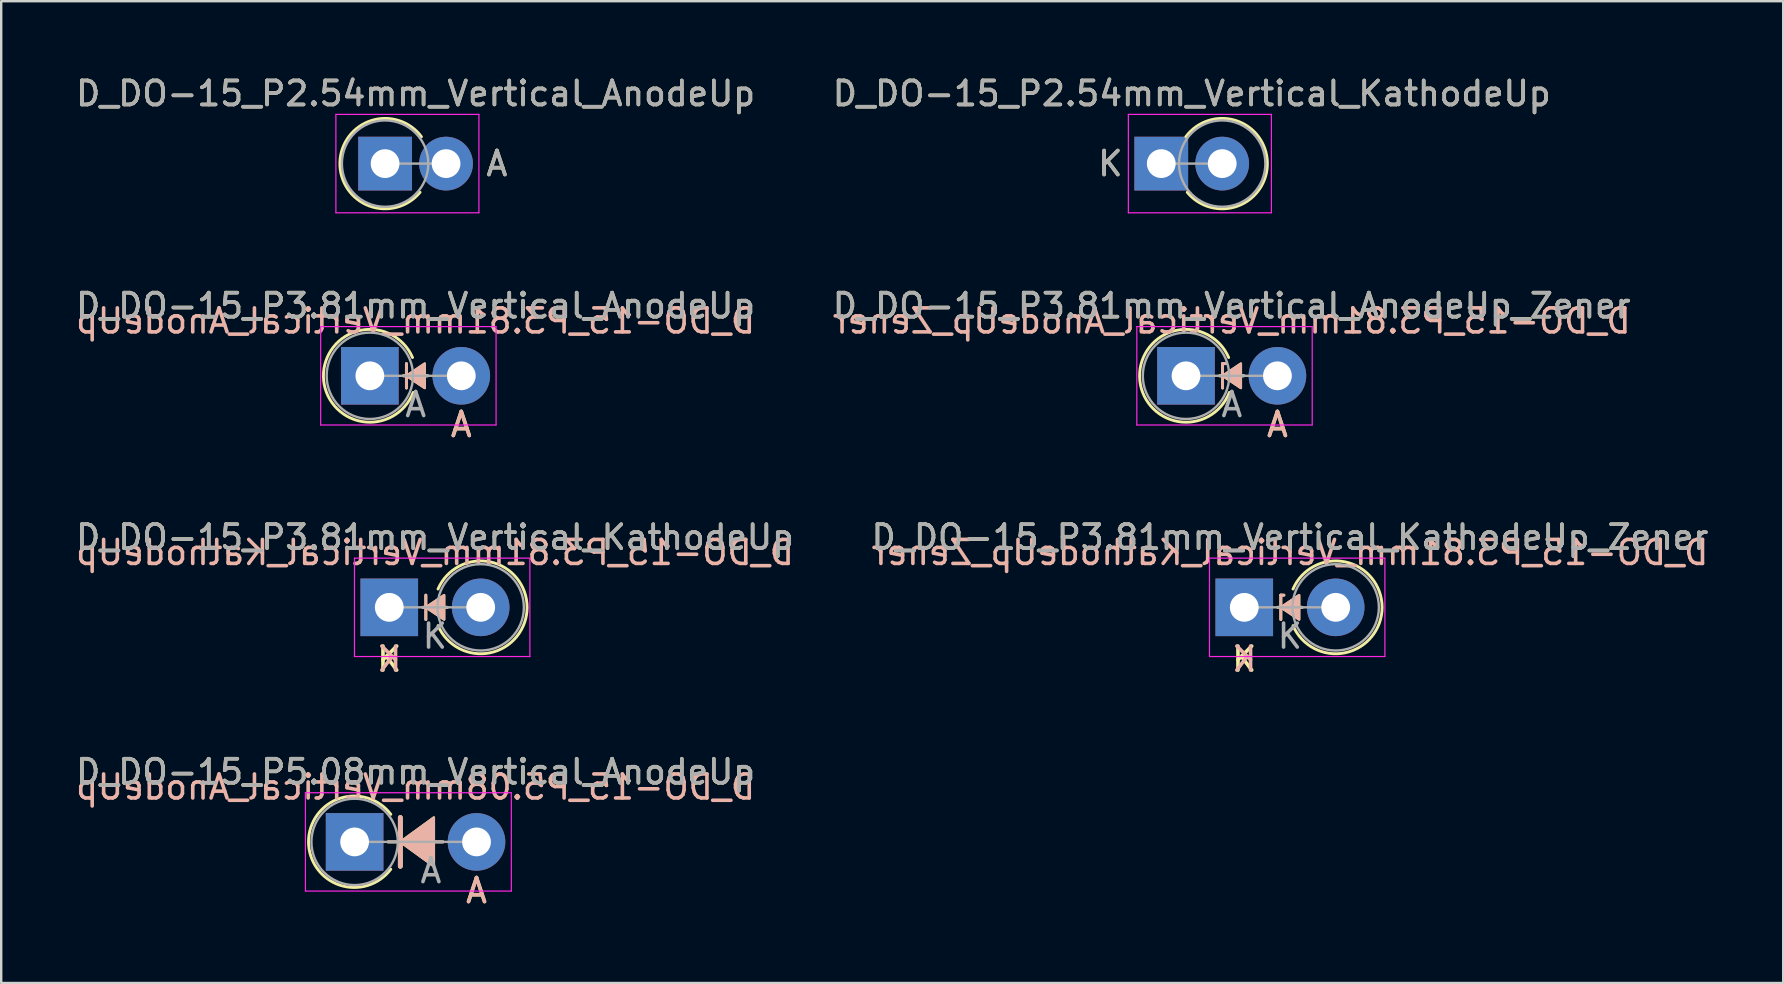
<source format=kicad_pcb>
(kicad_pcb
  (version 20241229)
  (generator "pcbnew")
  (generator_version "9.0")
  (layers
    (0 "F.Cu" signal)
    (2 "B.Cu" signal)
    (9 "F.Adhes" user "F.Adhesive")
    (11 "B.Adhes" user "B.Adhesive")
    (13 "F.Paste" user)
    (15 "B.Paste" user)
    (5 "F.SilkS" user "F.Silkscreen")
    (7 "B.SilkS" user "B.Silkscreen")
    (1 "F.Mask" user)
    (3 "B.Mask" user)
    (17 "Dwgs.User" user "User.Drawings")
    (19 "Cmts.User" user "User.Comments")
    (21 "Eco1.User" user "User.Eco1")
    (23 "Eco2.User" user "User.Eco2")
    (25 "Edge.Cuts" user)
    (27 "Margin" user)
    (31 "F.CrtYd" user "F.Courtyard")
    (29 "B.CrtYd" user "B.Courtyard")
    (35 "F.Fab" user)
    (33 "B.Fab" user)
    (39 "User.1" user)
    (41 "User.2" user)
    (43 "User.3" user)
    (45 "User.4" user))
  (footprint "D_DO-15_P5.08mm_Vertical_AnodeUp"
    (layer "F.Cu")
    (at 11.728 32.035)
    (property "Reference" "D_DO-15_P5.08mm_Vertical_AnodeUp" (at 2.54 -2.92 0) (layer "F.SilkS") (effects (font (size 1 1) (thickness 0.15))))
    (fp_line (start 1.397 0) (end 2.413 0) (stroke (width 0.12) (type solid)) (layer "F.SilkS"))
    (fp_line (start 1.905 -1.016) (end 1.905 1.016) (stroke (width 0.2) (type solid)) (layer "F.SilkS"))
    (fp_line (start 1.92 0) (end 3.683 0) (stroke (width 0.12) (type solid)) (layer "F.SilkS"))
    (fp_arc (start 1.506315 1.139497) (mid -1.921017 -0.00711) (end 1.507982 -1.148722) (stroke (width 0.12) (type solid)) (layer "F.SilkS"))
    (fp_poly (pts (xy 3.302 1.016) (xy 1.905 0) (xy 3.302 -1.016)) (stroke (width 0.1) (type solid)) (fill yes) (layer "F.SilkS"))
    (fp_line (start 1.397 0) (end 2.413 0) (stroke (width 0.12) (type solid)) (layer "B.SilkS"))
    (fp_line (start 1.905 1.016) (end 1.905 -1.016) (stroke (width 0.2) (type solid)) (layer "B.SilkS"))
    (fp_line (start 1.92 0) (end 3.683 0) (stroke (width 0.12) (type solid)) (layer "B.SilkS"))
    (fp_poly (pts (xy 3.302 -1.016) (xy 1.905 0) (xy 3.302 1.016)) (stroke (width 0.1) (type solid)) (fill yes) (layer "B.SilkS"))
    (fp_line (start -2.05 -2.05) (end -2.05 2.05) (stroke (width 0.05) (type solid)) (layer "F.CrtYd"))
    (fp_line (start -2.05 2.05) (end 6.53 2.05) (stroke (width 0.05) (type solid)) (layer "F.CrtYd"))
    (fp_line (start 6.53 -2.05) (end -2.05 -2.05) (stroke (width 0.05) (type solid)) (layer "F.CrtYd"))
    (fp_line (start 6.53 2.05) (end 6.53 -2.05) (stroke (width 0.05) (type solid)) (layer "F.CrtYd"))
    (fp_line (start 0 0) (end 5.08 0) (stroke (width 0.1) (type solid)) (layer "F.Fab"))
    (fp_circle (center 0 0) (end 1.8 0) (stroke (width 0.1) (type solid)) (fill no) (layer "F.Fab"))
    (fp_text user "A" (at 5.08 2.032 0) (layer "F.SilkS") (effects (font (size 1 1) (thickness 0.15))))
    (fp_text user "${REFERENCE}" (at 2.54 -2.286 0) (layer "B.SilkS") (effects (font (size 1 1) (thickness 0.15)) (justify mirror)))
    (fp_text user "A" (at 5.08 2.032 0) (layer "B.SilkS") (effects (font (size 1 1) (thickness 0.15)) (justify mirror)))
    (fp_text user "A" (at 3.18 1.2 0) (layer "F.Fab") (effects (font (size 1 1) (thickness 0.15))))
    (fp_text user "${REFERENCE}" (at 2.54 -2.92 0) (layer "F.Fab") (effects (font (size 1 1) (thickness 0.15))))
    (pad "1" thru_hole rect (at 0 0) (size 2.4 2.4) (drill 1.2) (layers "*.Cu" "*.Mask"))
    (pad "2" thru_hole oval (at 5.08 0) (size 2.4 2.4) (drill 1.2) (layers "*.Cu" "*.Mask")))
  (footprint "D_DO-15_P3.81mm_Vertical_AnodeUp"
    (layer "F.Cu")
    (at 12.363 12.611)
    (property "Reference" "D_DO-15_P3.81mm_Vertical_AnodeUp" (at 1.905 -2.92 0) (layer "F.SilkS") (effects (font (size 1 1) (thickness 0.15))))
    (fp_line (start 1.397 0) (end 2.413 0) (stroke (width 0.12) (type solid)) (layer "F.SilkS"))
    (fp_line (start 1.524 0.508) (end 1.524 -0.508) (stroke (width 0.12) (type solid)) (layer "F.SilkS"))
    (fp_arc (start 1.806184 0.692547) (mid -1.934042 0.037477) (end 1.777999 -0.761999) (stroke (width 0.12) (type solid)) (layer "F.SilkS"))
    (fp_poly (pts (xy 2.286 0.508) (xy 1.524 0) (xy 2.286 -0.508)) (stroke (width 0.1) (type solid)) (fill yes) (layer "F.SilkS"))
    (fp_line (start 1.397 0) (end 2.413 0) (stroke (width 0.12) (type solid)) (layer "B.SilkS"))
    (fp_line (start 1.524 -0.508) (end 1.524 0.508) (stroke (width 0.12) (type solid)) (layer "B.SilkS"))
    (fp_poly (pts (xy 2.286 -0.508) (xy 1.524 0) (xy 2.286 0.508)) (stroke (width 0.1) (type solid)) (fill yes) (layer "B.SilkS"))
    (fp_line (start -2.05 -2.05) (end -2.05 2.05) (stroke (width 0.05) (type solid)) (layer "F.CrtYd"))
    (fp_line (start -2.05 2.05) (end 5.26 2.05) (stroke (width 0.05) (type solid)) (layer "F.CrtYd"))
    (fp_line (start 5.26 -2.05) (end -2.05 -2.05) (stroke (width 0.05) (type solid)) (layer "F.CrtYd"))
    (fp_line (start 5.26 2.05) (end 5.26 -2.05) (stroke (width 0.05) (type solid)) (layer "F.CrtYd"))
    (fp_line (start 0 0) (end 3.81 0) (stroke (width 0.1) (type solid)) (layer "F.Fab"))
    (fp_circle (center 0 0) (end 1.8 0) (stroke (width 0.1) (type solid)) (fill no) (layer "F.Fab"))
    (fp_text user "A" (at 3.81 2.032 0) (layer "F.SilkS") (effects (font (size 1 1) (thickness 0.15))))
    (fp_text user "${REFERENCE}" (at 1.905 -2.286 0) (layer "B.SilkS") (effects (font (size 1 1) (thickness 0.15)) (justify mirror)))
    (fp_text user "A" (at 3.81 2.032 0) (layer "B.SilkS") (effects (font (size 1 1) (thickness 0.15)) (justify mirror)))
    (fp_text user "A" (at 1.91 1.2 0) (layer "F.Fab") (effects (font (size 1 1) (thickness 0.15))))
    (fp_text user "${REFERENCE}" (at 1.905 -2.92 0) (layer "F.Fab") (effects (font (size 1 1) (thickness 0.15))))
    (pad "1" thru_hole rect (at 0 0) (size 2.4 2.4) (drill 1.2) (layers "*.Cu" "*.Mask"))
    (pad "2" thru_hole oval (at 3.81 0) (size 2.4 2.4) (drill 1.2) (layers "*.Cu" "*.Mask")))
  (footprint "D_DO-15_P3.81mm_Vertical_KathodeUp_Zener"
    (layer "F.Cu")
    (at 48.803 22.26)
    (property "Reference" "D_DO-15_P3.81mm_Vertical_KathodeUp_Zener" (at 1.905 -2.92 0) (layer "F.SilkS") (effects (font (size 1 1) (thickness 0.15))))
    (fp_line (start 1.397 0) (end 2.413 0) (stroke (width 0.12) (type solid)) (layer "F.SilkS"))
    (fp_line (start 1.524 -0.508) (end 1.651 -0.508) (stroke (width 0.12) (type solid)) (layer "F.SilkS"))
    (fp_line (start 1.524 0.508) (end 1.524 -0.508) (stroke (width 0.12) (type solid)) (layer "F.SilkS"))
    (fp_arc (start 2.032001 -0.762) (mid 5.744404 0.000002) (end 2.032 0.762) (stroke (width 0.12) (type solid)) (layer "F.SilkS"))
    (fp_poly (pts (xy 2.286 0.508) (xy 1.524 0) (xy 2.286 -0.508)) (stroke (width 0.1) (type solid)) (fill yes) (layer "F.SilkS"))
    (fp_line (start 1.397 0) (end 2.413 0) (stroke (width 0.12) (type solid)) (layer "B.SilkS"))
    (fp_line (start 1.524 -0.508) (end 1.524 0.508) (stroke (width 0.12) (type solid)) (layer "B.SilkS"))
    (fp_line (start 1.524 -0.508) (end 1.651 -0.508) (stroke (width 0.12) (type solid)) (layer "B.SilkS"))
    (fp_poly (pts (xy 2.286 -0.508) (xy 1.524 0) (xy 2.286 0.508)) (stroke (width 0.1) (type solid)) (fill yes) (layer "B.SilkS"))
    (fp_line (start -1.45 -2.05) (end -1.45 2.05) (stroke (width 0.05) (type solid)) (layer "F.CrtYd"))
    (fp_line (start -1.45 2.05) (end 5.86 2.05) (stroke (width 0.05) (type solid)) (layer "F.CrtYd"))
    (fp_line (start 5.86 -2.05) (end -1.45 -2.05) (stroke (width 0.05) (type solid)) (layer "F.CrtYd"))
    (fp_line (start 5.86 2.05) (end 5.86 -2.05) (stroke (width 0.05) (type solid)) (layer "F.CrtYd"))
    (fp_line (start 0 0) (end 3.81 0) (stroke (width 0.1) (type solid)) (layer "F.Fab"))
    (fp_circle (center 3.81 0) (end 5.61 0) (stroke (width 0.1) (type solid)) (fill no) (layer "F.Fab"))
    (fp_text user "K" (at 0 2.159 0) (layer "F.SilkS") (effects (font (size 1 1) (thickness 0.15))))
    (fp_text user "K" (at 0 2.159 0) (layer "B.SilkS") (effects (font (size 1 1) (thickness 0.15)) (justify mirror)))
    (fp_text user "${REFERENCE}" (at 1.905 -2.286 0) (layer "B.SilkS") (effects (font (size 1 1) (thickness 0.15)) (justify mirror)))
    (fp_text user "${REFERENCE}" (at 1.905 -2.92 0) (layer "F.Fab") (effects (font (size 1 1) (thickness 0.15))))
    (fp_text user "K" (at 1.9 1.2 0) (layer "F.Fab") (effects (font (size 1 1) (thickness 0.15))))
    (pad "1" thru_hole rect (at 0 0) (size 2.4 2.4) (drill 1.2) (layers "*.Cu" "*.Mask"))
    (pad "2" thru_hole oval (at 3.81 0) (size 2.4 2.4) (drill 1.2) (layers "*.Cu" "*.Mask")))
  (footprint "D_DO-15_P3.81mm_Vertical_KathodeUp"
    (layer "F.Cu")
    (at 13.172 22.26)
    (property "Reference" "D_DO-15_P3.81mm_Vertical_KathodeUp" (at 1.905 -2.92 0) (layer "F.SilkS") (effects (font (size 1 1) (thickness 0.15))))
    (fp_line (start 1.397 0) (end 2.413 0) (stroke (width 0.12) (type solid)) (layer "F.SilkS"))
    (fp_line (start 1.524 0.508) (end 1.524 -0.508) (stroke (width 0.12) (type solid)) (layer "F.SilkS"))
    (fp_arc (start 2.032001 -0.762) (mid 5.744404 0.000002) (end 2.032 0.762) (stroke (width 0.12) (type solid)) (layer "F.SilkS"))
    (fp_poly (pts (xy 2.286 0.508) (xy 1.524 0) (xy 2.286 -0.508)) (stroke (width 0.1) (type solid)) (fill yes) (layer "F.SilkS"))
    (fp_line (start 1.397 0) (end 2.413 0) (stroke (width 0.12) (type solid)) (layer "B.SilkS"))
    (fp_line (start 1.524 -0.508) (end 1.524 0.508) (stroke (width 0.12) (type solid)) (layer "B.SilkS"))
    (fp_poly (pts (xy 2.286 -0.508) (xy 1.524 0) (xy 2.286 0.508)) (stroke (width 0.1) (type solid)) (fill yes) (layer "B.SilkS"))
    (fp_line (start -1.45 -2.05) (end -1.45 2.05) (stroke (width 0.05) (type solid)) (layer "F.CrtYd"))
    (fp_line (start -1.45 2.05) (end 5.86 2.05) (stroke (width 0.05) (type solid)) (layer "F.CrtYd"))
    (fp_line (start 5.86 -2.05) (end -1.45 -2.05) (stroke (width 0.05) (type solid)) (layer "F.CrtYd"))
    (fp_line (start 5.86 2.05) (end 5.86 -2.05) (stroke (width 0.05) (type solid)) (layer "F.CrtYd"))
    (fp_line (start 0 0) (end 3.81 0) (stroke (width 0.1) (type solid)) (layer "F.Fab"))
    (fp_circle (center 3.81 0) (end 5.61 0) (stroke (width 0.1) (type solid)) (fill no) (layer "F.Fab"))
    (fp_text user "K" (at 0 2.159 0) (layer "F.SilkS") (effects (font (size 1 1) (thickness 0.15))))
    (fp_text user "K" (at 0 2.159 0) (layer "B.SilkS") (effects (font (size 1 1) (thickness 0.15)) (justify mirror)))
    (fp_text user "${REFERENCE}" (at 1.905 -2.286 0) (layer "B.SilkS") (effects (font (size 1 1) (thickness 0.15)) (justify mirror)))
    (fp_text user "K" (at 1.9 1.2 0) (layer "F.Fab") (effects (font (size 1 1) (thickness 0.15))))
    (fp_text user "${REFERENCE}" (at 1.905 -2.92 0) (layer "F.Fab") (effects (font (size 1 1) (thickness 0.15))))
    (pad "1" thru_hole rect (at 0 0) (size 2.4 2.4) (drill 1.2) (layers "*.Cu" "*.Mask"))
    (pad "2" thru_hole oval (at 3.81 0) (size 2.4 2.4) (drill 1.2) (layers "*.Cu" "*.Mask")))
  (footprint "D_DO-15_P2.54mm_Vertical_AnodeUp"
    (layer "F.Cu")
    (at 12.998 3.768)
    (property "Reference" "D_DO-15_P2.54mm_Vertical_AnodeUp" (at 1.27 -2.92 0) (layer "F.SilkS") (effects (font (size 1 1) (thickness 0.15))))
    (attr through_hole)
    (fp_arc (start 1.456371 1.194732) (mid -1.883124 -0.047368) (end 1.514596 -1.12) (stroke (width 0.12) (type solid)) (layer "F.SilkS"))
    (fp_line (start -2.05 -2.05) (end -2.05 2.05) (stroke (width 0.05) (type solid)) (layer "F.CrtYd"))
    (fp_line (start -2.05 2.05) (end 3.91 2.05) (stroke (width 0.05) (type solid)) (layer "F.CrtYd"))
    (fp_line (start 3.91 -2.05) (end -2.05 -2.05) (stroke (width 0.05) (type solid)) (layer "F.CrtYd"))
    (fp_line (start 3.91 2.05) (end 3.91 -2.05) (stroke (width 0.05) (type solid)) (layer "F.CrtYd"))
    (fp_line (start 0 0) (end 2.54 0) (stroke (width 0.1) (type solid)) (layer "F.Fab"))
    (fp_circle (center 0 0) (end 1.8 0) (stroke (width 0.1) (type solid)) (fill no) (layer "F.Fab"))
    (fp_text user "A" (at 4.66 0 0) (layer "F.SilkS") (effects (font (size 1 1) (thickness 0.15))))
    (fp_text user "${REFERENCE}" (at 1.27 -2.92 0) (layer "F.Fab") (effects (font (size 1 1) (thickness 0.15))))
    (fp_text user "A" (at 4.66 0 0) (layer "F.Fab") (effects (font (size 1 1) (thickness 0.15))))
    (pad "1" thru_hole rect (at 0 0) (size 2.24 2.24) (drill 1.2) (layers "*.Cu" "*.Mask"))
    (pad "2" thru_hole oval (at 2.54 0) (size 2.24 2.24) (drill 1.2) (layers "*.Cu" "*.Mask")))
  (footprint "D_DO-15_P3.81mm_Vertical_AnodeUp_Zener"
    (layer "F.Cu")
    (at 46.375 12.611)
    (property "Reference" "D_DO-15_P3.81mm_Vertical_AnodeUp_Zener" (at 1.905 -2.92 0) (layer "F.SilkS") (effects (font (size 1 1) (thickness 0.15))))
    (fp_line (start 1.397 0) (end 2.413 0) (stroke (width 0.12) (type solid)) (layer "F.SilkS"))
    (fp_line (start 1.524 -0.508) (end 1.651 -0.508) (stroke (width 0.12) (type solid)) (layer "F.SilkS"))
    (fp_line (start 1.524 0.508) (end 1.524 -0.508) (stroke (width 0.12) (type solid)) (layer "F.SilkS"))
    (fp_arc (start 1.806184 0.692547) (mid -1.934042 0.037477) (end 1.777999 -0.761999) (stroke (width 0.12) (type solid)) (layer "F.SilkS"))
    (fp_poly (pts (xy 2.286 0.508) (xy 1.524 0) (xy 2.286 -0.508)) (stroke (width 0.1) (type solid)) (fill yes) (layer "F.SilkS"))
    (fp_line (start 1.397 0) (end 2.413 0) (stroke (width 0.12) (type solid)) (layer "B.SilkS"))
    (fp_line (start 1.524 -0.508) (end 1.524 0.508) (stroke (width 0.12) (type solid)) (layer "B.SilkS"))
    (fp_line (start 1.524 -0.508) (end 1.651 -0.508) (stroke (width 0.12) (type solid)) (layer "B.SilkS"))
    (fp_poly (pts (xy 2.286 -0.508) (xy 1.524 0) (xy 2.286 0.508)) (stroke (width 0.1) (type solid)) (fill yes) (layer "B.SilkS"))
    (fp_line (start -2.05 -2.05) (end -2.05 2.05) (stroke (width 0.05) (type solid)) (layer "F.CrtYd"))
    (fp_line (start -2.05 2.05) (end 5.26 2.05) (stroke (width 0.05) (type solid)) (layer "F.CrtYd"))
    (fp_line (start 5.26 -2.05) (end -2.05 -2.05) (stroke (width 0.05) (type solid)) (layer "F.CrtYd"))
    (fp_line (start 5.26 2.05) (end 5.26 -2.05) (stroke (width 0.05) (type solid)) (layer "F.CrtYd"))
    (fp_line (start 0 0) (end 3.81 0) (stroke (width 0.1) (type solid)) (layer "F.Fab"))
    (fp_circle (center 0 0) (end 1.8 0) (stroke (width 0.1) (type solid)) (fill no) (layer "F.Fab"))
    (fp_text user "A" (at 3.81 2.032 0) (layer "F.SilkS") (effects (font (size 1 1) (thickness 0.15))))
    (fp_text user "${REFERENCE}" (at 1.905 -2.286 0) (layer "B.SilkS") (effects (font (size 1 1) (thickness 0.15)) (justify mirror)))
    (fp_text user "A" (at 3.81 2.032 0) (layer "B.SilkS") (effects (font (size 1 1) (thickness 0.15)) (justify mirror)))
    (fp_text user "${REFERENCE}" (at 1.905 -2.92 0) (layer "F.Fab") (effects (font (size 1 1) (thickness 0.15))))
    (fp_text user "A" (at 1.91 1.2 0) (layer "F.Fab") (effects (font (size 1 1) (thickness 0.15))))
    (pad "1" thru_hole rect (at 0 0) (size 2.4 2.4) (drill 1.2) (layers "*.Cu" "*.Mask"))
    (pad "2" thru_hole oval (at 3.81 0) (size 2.4 2.4) (drill 1.2) (layers "*.Cu" "*.Mask")))
  (footprint "D_DO-15_P2.54mm_Vertical_KathodeUp"
    (layer "F.Cu")
    (at 45.343 3.768)
    (property "Reference" "D_DO-15_P2.54mm_Vertical_KathodeUp" (at 1.27 -2.92 0) (layer "F.SilkS") (effects (font (size 1 1) (thickness 0.15))))
    (attr through_hole)
    (fp_arc (start 1.025404 -1.12) (mid 4.423124 -0.047368) (end 1.083629 1.194732) (stroke (width 0.12) (type solid)) (layer "F.SilkS"))
    (fp_line (start -1.37 -2.05) (end -1.37 2.05) (stroke (width 0.05) (type solid)) (layer "F.CrtYd"))
    (fp_line (start -1.37 2.05) (end 4.59 2.05) (stroke (width 0.05) (type solid)) (layer "F.CrtYd"))
    (fp_line (start 4.59 -2.05) (end -1.37 -2.05) (stroke (width 0.05) (type solid)) (layer "F.CrtYd"))
    (fp_line (start 4.59 2.05) (end 4.59 -2.05) (stroke (width 0.05) (type solid)) (layer "F.CrtYd"))
    (fp_line (start 0 0) (end 2.54 0) (stroke (width 0.1) (type solid)) (layer "F.Fab"))
    (fp_circle (center 2.54 0) (end 4.34 0) (stroke (width 0.1) (type solid)) (fill no) (layer "F.Fab"))
    (fp_text user "K" (at -2.12 0 0) (layer "F.SilkS") (effects (font (size 1 1) (thickness 0.15))))
    (fp_text user "${REFERENCE}" (at 1.27 -2.92 0) (layer "F.Fab") (effects (font (size 1 1) (thickness 0.15))))
    (fp_text user "K" (at -2.12 0 0) (layer "F.Fab") (effects (font (size 1 1) (thickness 0.15))))
    (pad "1" thru_hole rect (at 0 0) (size 2.24 2.24) (drill 1.2) (layers "*.Cu" "*.Mask"))
    (pad "2" thru_hole oval (at 2.54 0) (size 2.24 2.24) (drill 1.2) (layers "*.Cu" "*.Mask")))
  (gr_rect
    (start -3 -3)
    (end 71.262 37.916)
    (stroke (width 0.1) (type default))
    (fill no)
    (layer "Edge.Cuts")))
</source>
